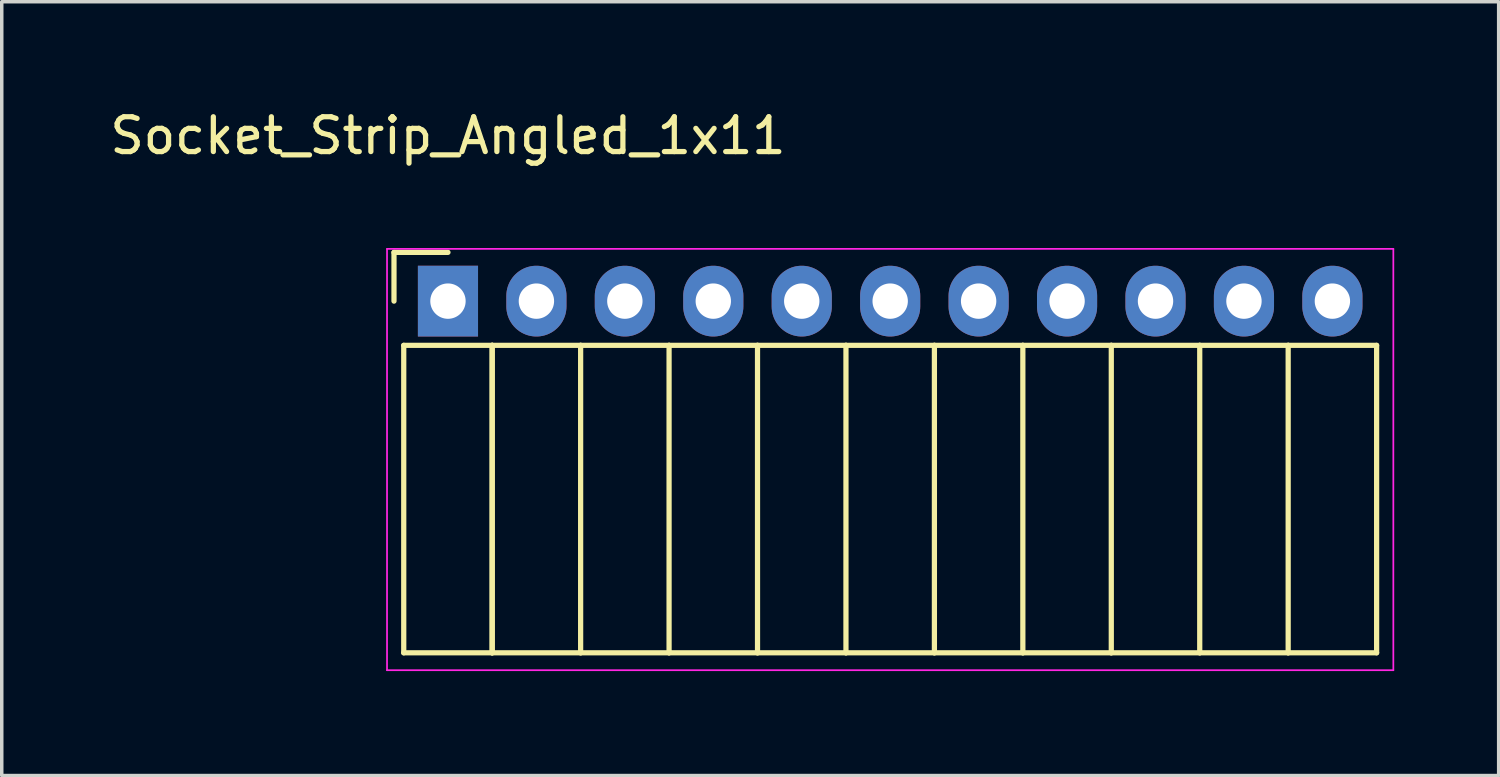
<source format=kicad_pcb>
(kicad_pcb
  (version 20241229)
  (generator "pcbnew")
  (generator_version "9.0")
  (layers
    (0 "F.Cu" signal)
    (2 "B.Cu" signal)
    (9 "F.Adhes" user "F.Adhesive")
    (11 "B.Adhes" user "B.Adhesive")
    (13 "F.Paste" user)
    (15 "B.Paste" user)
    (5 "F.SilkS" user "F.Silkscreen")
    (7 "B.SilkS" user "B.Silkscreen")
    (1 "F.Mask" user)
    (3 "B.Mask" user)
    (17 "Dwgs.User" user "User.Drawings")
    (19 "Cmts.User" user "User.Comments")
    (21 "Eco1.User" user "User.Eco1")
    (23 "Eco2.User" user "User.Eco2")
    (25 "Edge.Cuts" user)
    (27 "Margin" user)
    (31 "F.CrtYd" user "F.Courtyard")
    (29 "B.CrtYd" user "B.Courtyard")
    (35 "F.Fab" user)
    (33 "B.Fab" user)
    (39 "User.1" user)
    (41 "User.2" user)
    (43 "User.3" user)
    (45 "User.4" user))
  (footprint "Socket_Strip_Angled_1x11"
    (layer "F.Cu")
    (at 9.815 5.598)
    (property "Reference" "Socket_Strip_Angled_1x11" (at 0 -4.75 0) (layer "F.SilkS") (effects (font (size 1 1) (thickness 0.15))))
    (attr through_hole)
    (fp_line (start -1.55 -1.4) (end -1.55 0) (stroke (width 0.15) (type solid)) (layer "F.SilkS"))
    (fp_line (start -1.27 1.27) (end -1.27 10.1) (stroke (width 0.15) (type solid)) (layer "F.SilkS"))
    (fp_line (start -1.27 1.27) (end 1.27 1.27) (stroke (width 0.15) (type solid)) (layer "F.SilkS"))
    (fp_line (start -1.27 10.1) (end 1.27 10.1) (stroke (width 0.15) (type solid)) (layer "F.SilkS"))
    (fp_line (start 0 -1.4) (end -1.55 -1.4) (stroke (width 0.15) (type solid)) (layer "F.SilkS"))
    (fp_line (start 1.27 1.27) (end 1.27 10.1) (stroke (width 0.15) (type solid)) (layer "F.SilkS"))
    (fp_line (start 1.27 1.27) (end 3.81 1.27) (stroke (width 0.15) (type solid)) (layer "F.SilkS"))
    (fp_line (start 1.27 10.1) (end 1.27 1.27) (stroke (width 0.15) (type solid)) (layer "F.SilkS"))
    (fp_line (start 1.27 10.1) (end 3.81 10.1) (stroke (width 0.15) (type solid)) (layer "F.SilkS"))
    (fp_line (start 3.81 1.27) (end 6.35 1.27) (stroke (width 0.15) (type solid)) (layer "F.SilkS"))
    (fp_line (start 3.81 10.1) (end 3.81 1.27) (stroke (width 0.15) (type solid)) (layer "F.SilkS"))
    (fp_line (start 3.81 10.1) (end 6.35 10.1) (stroke (width 0.15) (type solid)) (layer "F.SilkS"))
    (fp_line (start 6.35 1.27) (end 8.89 1.27) (stroke (width 0.15) (type solid)) (layer "F.SilkS"))
    (fp_line (start 6.35 10.1) (end 6.35 1.27) (stroke (width 0.15) (type solid)) (layer "F.SilkS"))
    (fp_line (start 6.35 10.1) (end 8.89 10.1) (stroke (width 0.15) (type solid)) (layer "F.SilkS"))
    (fp_line (start 8.89 1.27) (end 11.43 1.27) (stroke (width 0.15) (type solid)) (layer "F.SilkS"))
    (fp_line (start 8.89 10.1) (end 8.89 1.27) (stroke (width 0.15) (type solid)) (layer "F.SilkS"))
    (fp_line (start 8.89 10.1) (end 11.43 10.1) (stroke (width 0.15) (type solid)) (layer "F.SilkS"))
    (fp_line (start 11.43 1.27) (end 13.97 1.27) (stroke (width 0.15) (type solid)) (layer "F.SilkS"))
    (fp_line (start 11.43 10.1) (end 11.43 1.27) (stroke (width 0.15) (type solid)) (layer "F.SilkS"))
    (fp_line (start 11.43 10.1) (end 13.97 10.1) (stroke (width 0.15) (type solid)) (layer "F.SilkS"))
    (fp_line (start 13.97 1.27) (end 16.51 1.27) (stroke (width 0.15) (type solid)) (layer "F.SilkS"))
    (fp_line (start 13.97 10.1) (end 13.97 1.27) (stroke (width 0.15) (type solid)) (layer "F.SilkS"))
    (fp_line (start 13.97 10.1) (end 16.51 10.1) (stroke (width 0.15) (type solid)) (layer "F.SilkS"))
    (fp_line (start 16.51 1.27) (end 19.05 1.27) (stroke (width 0.15) (type solid)) (layer "F.SilkS"))
    (fp_line (start 16.51 10.1) (end 16.51 1.27) (stroke (width 0.15) (type solid)) (layer "F.SilkS"))
    (fp_line (start 16.51 10.1) (end 19.05 10.1) (stroke (width 0.15) (type solid)) (layer "F.SilkS"))
    (fp_line (start 19.05 1.27) (end 21.59 1.27) (stroke (width 0.15) (type solid)) (layer "F.SilkS"))
    (fp_line (start 19.05 10.1) (end 19.05 1.27) (stroke (width 0.15) (type solid)) (layer "F.SilkS"))
    (fp_line (start 19.05 10.1) (end 21.59 10.1) (stroke (width 0.15) (type solid)) (layer "F.SilkS"))
    (fp_line (start 21.59 1.27) (end 24.13 1.27) (stroke (width 0.15) (type solid)) (layer "F.SilkS"))
    (fp_line (start 21.59 10.1) (end 21.59 1.27) (stroke (width 0.15) (type solid)) (layer "F.SilkS"))
    (fp_line (start 21.59 10.1) (end 24.13 10.1) (stroke (width 0.15) (type solid)) (layer "F.SilkS"))
    (fp_line (start 24.13 1.27) (end 26.67 1.27) (stroke (width 0.15) (type solid)) (layer "F.SilkS"))
    (fp_line (start 24.13 10.1) (end 24.13 1.27) (stroke (width 0.15) (type solid)) (layer "F.SilkS"))
    (fp_line (start 24.13 10.1) (end 26.67 10.1) (stroke (width 0.15) (type solid)) (layer "F.SilkS"))
    (fp_line (start 26.67 10.1) (end 26.67 1.27) (stroke (width 0.15) (type solid)) (layer "F.SilkS"))
    (fp_line (start -1.75 -1.5) (end -1.75 10.6) (stroke (width 0.05) (type solid)) (layer "F.CrtYd"))
    (fp_line (start -1.75 -1.5) (end 27.15 -1.5) (stroke (width 0.05) (type solid)) (layer "F.CrtYd"))
    (fp_line (start -1.75 10.6) (end 27.15 10.6) (stroke (width 0.05) (type solid)) (layer "F.CrtYd"))
    (fp_line (start 27.15 -1.5) (end 27.15 10.6) (stroke (width 0.05) (type solid)) (layer "F.CrtYd"))
    (pad "1" thru_hole rect (at 0 0) (size 1.727 2.032) (drill 1.016) (layers "*.Cu" "*.Mask"))
    (pad "2" thru_hole oval (at 2.54 0) (size 1.727 2.032) (drill 1.016) (layers "*.Cu" "*.Mask"))
    (pad "3" thru_hole oval (at 5.08 0) (size 1.727 2.032) (drill 1.016) (layers "*.Cu" "*.Mask"))
    (pad "4" thru_hole oval (at 7.62 0) (size 1.727 2.032) (drill 1.016) (layers "*.Cu" "*.Mask"))
    (pad "5" thru_hole oval (at 10.16 0) (size 1.727 2.032) (drill 1.016) (layers "*.Cu" "*.Mask"))
    (pad "6" thru_hole oval (at 12.7 0) (size 1.727 2.032) (drill 1.016) (layers "*.Cu" "*.Mask"))
    (pad "7" thru_hole oval (at 15.24 0) (size 1.727 2.032) (drill 1.016) (layers "*.Cu" "*.Mask"))
    (pad "8" thru_hole oval (at 17.78 0) (size 1.727 2.032) (drill 1.016) (layers "*.Cu" "*.Mask"))
    (pad "9" thru_hole oval (at 20.32 0) (size 1.727 2.032) (drill 1.016) (layers "*.Cu" "*.Mask"))
    (pad "10" thru_hole oval (at 22.86 0) (size 1.727 2.032) (drill 1.016) (layers "*.Cu" "*.Mask"))
    (pad "11" thru_hole oval (at 25.4 0) (size 1.727 2.032) (drill 1.016) (layers "*.Cu" "*.Mask")))
  (gr_rect
    (start -3 -3)
    (end 39.99 19.223)
    (stroke (width 0.1) (type default))
    (fill no)
    (layer "Edge.Cuts")))
</source>
